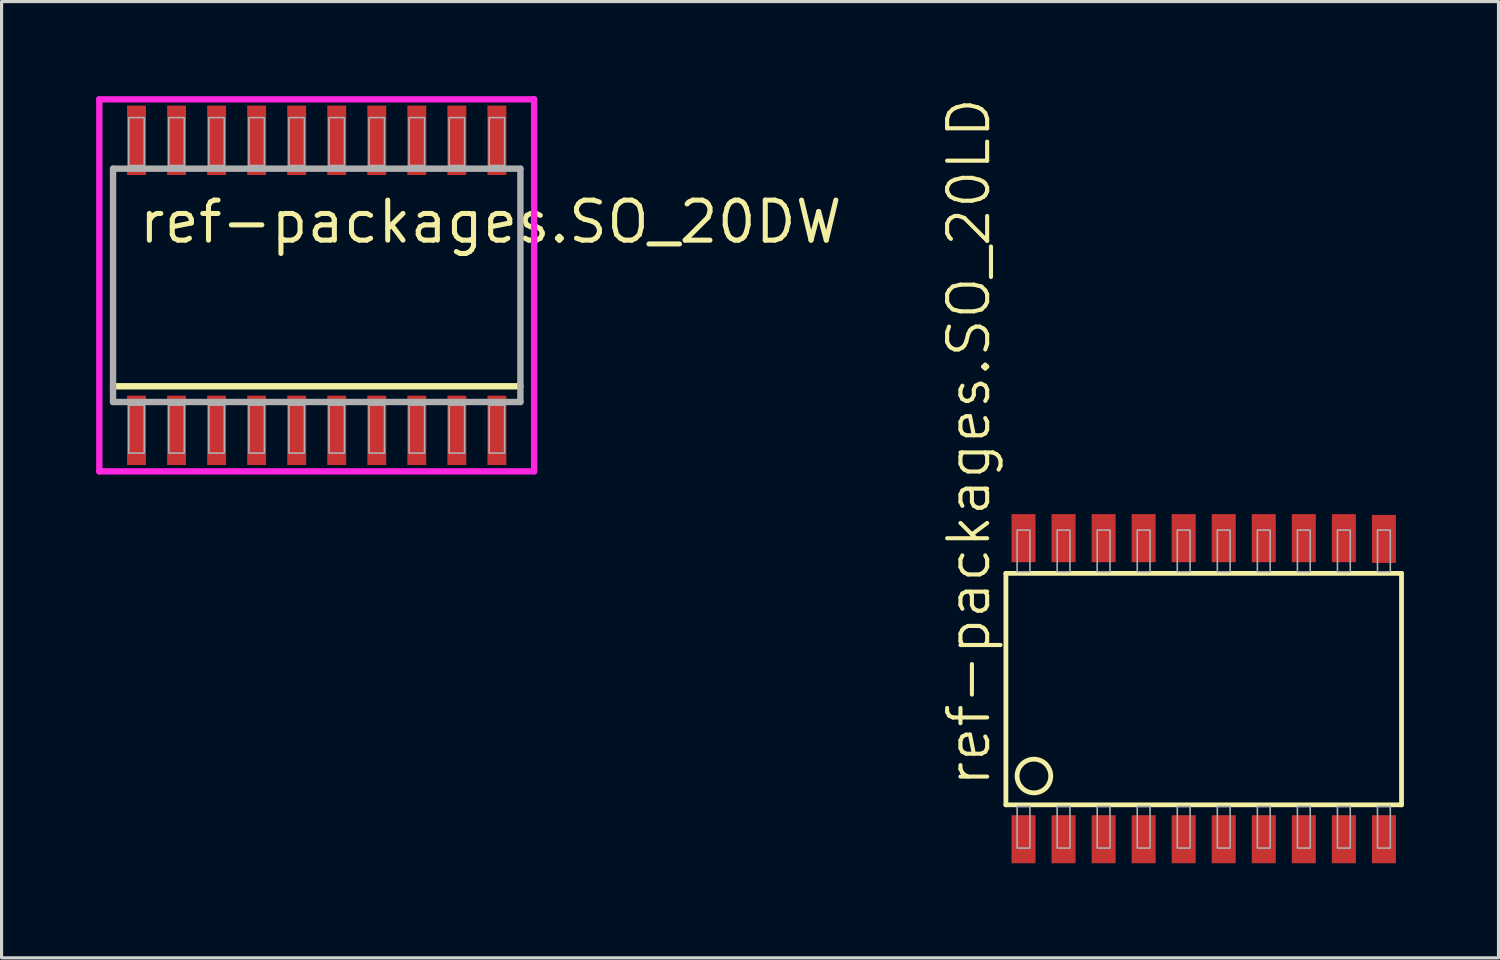
<source format=kicad_pcb>
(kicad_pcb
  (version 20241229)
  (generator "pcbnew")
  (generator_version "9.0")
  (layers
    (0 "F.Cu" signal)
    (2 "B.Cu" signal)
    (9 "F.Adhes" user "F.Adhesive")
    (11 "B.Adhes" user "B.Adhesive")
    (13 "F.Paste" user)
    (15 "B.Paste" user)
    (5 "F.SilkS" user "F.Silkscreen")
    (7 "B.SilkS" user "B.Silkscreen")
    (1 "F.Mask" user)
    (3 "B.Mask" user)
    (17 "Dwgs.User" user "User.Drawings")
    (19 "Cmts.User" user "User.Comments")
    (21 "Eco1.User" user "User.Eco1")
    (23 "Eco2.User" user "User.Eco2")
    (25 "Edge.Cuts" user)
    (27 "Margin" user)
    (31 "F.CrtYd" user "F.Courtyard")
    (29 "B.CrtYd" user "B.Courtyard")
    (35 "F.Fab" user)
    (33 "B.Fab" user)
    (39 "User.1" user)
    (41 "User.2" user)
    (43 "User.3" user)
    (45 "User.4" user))
  (footprint "ref-packages.SO_20LD"
    (layer "F.Cu")
    (at 35.127 18.793)
    (property "Reference" "ref-packages.SO_20LD" (at -6.706 3.175 90) (layer "F.SilkS") (effects (font (size 1.27 1.27) (thickness 0.13)) (justify left bottom)))
    (attr smd)
    (fp_line (start -6.274 -3.658) (end -6.274 3.683) (stroke (width 0.152) (type default)) (layer "F.SilkS"))
    (fp_line (start -6.274 3.683) (end 6.274 3.683) (stroke (width 0.152) (type default)) (layer "F.SilkS"))
    (fp_line (start 6.274 -3.658) (end -6.274 -3.658) (stroke (width 0.152) (type default)) (layer "F.SilkS"))
    (fp_line (start 6.274 3.683) (end 6.274 -3.658) (stroke (width 0.152) (type default)) (layer "F.SilkS"))
    (fp_circle (center -5.385 2.769) (end -4.851 2.769) (stroke (width 0.152) (type default)) (fill no) (layer "F.SilkS"))
    (fp_rect (start -5.918 -3.708) (end -5.512 -5.029) (stroke (width 0.05) (type default)) (fill no) (layer "F.Fab"))
    (fp_rect (start -5.918 5.055) (end -5.512 3.734) (stroke (width 0.05) (type default)) (fill no) (layer "F.Fab"))
    (fp_rect (start -4.648 -3.708) (end -4.242 -5.029) (stroke (width 0.05) (type default)) (fill no) (layer "F.Fab"))
    (fp_rect (start -4.648 5.055) (end -4.242 3.734) (stroke (width 0.05) (type default)) (fill no) (layer "F.Fab"))
    (fp_rect (start -3.378 -3.708) (end -2.972 -5.029) (stroke (width 0.05) (type default)) (fill no) (layer "F.Fab"))
    (fp_rect (start -3.378 5.055) (end -2.972 3.734) (stroke (width 0.05) (type default)) (fill no) (layer "F.Fab"))
    (fp_rect (start -2.108 -3.708) (end -1.702 -5.029) (stroke (width 0.05) (type default)) (fill no) (layer "F.Fab"))
    (fp_rect (start -2.108 5.055) (end -1.702 3.734) (stroke (width 0.05) (type default)) (fill no) (layer "F.Fab"))
    (fp_rect (start -0.838 -3.708) (end -0.432 -5.029) (stroke (width 0.05) (type default)) (fill no) (layer "F.Fab"))
    (fp_rect (start -0.838 5.055) (end -0.432 3.734) (stroke (width 0.05) (type default)) (fill no) (layer "F.Fab"))
    (fp_rect (start 0.432 -3.708) (end 0.838 -5.029) (stroke (width 0.05) (type default)) (fill no) (layer "F.Fab"))
    (fp_rect (start 0.432 5.055) (end 0.838 3.734) (stroke (width 0.05) (type default)) (fill no) (layer "F.Fab"))
    (fp_rect (start 1.702 -3.708) (end 2.108 -5.029) (stroke (width 0.05) (type default)) (fill no) (layer "F.Fab"))
    (fp_rect (start 1.702 5.055) (end 2.108 3.734) (stroke (width 0.05) (type default)) (fill no) (layer "F.Fab"))
    (fp_rect (start 2.972 -3.708) (end 3.378 -5.029) (stroke (width 0.05) (type default)) (fill no) (layer "F.Fab"))
    (fp_rect (start 2.972 5.055) (end 3.378 3.734) (stroke (width 0.05) (type default)) (fill no) (layer "F.Fab"))
    (fp_rect (start 4.242 -3.708) (end 4.648 -5.029) (stroke (width 0.05) (type default)) (fill no) (layer "F.Fab"))
    (fp_rect (start 4.242 5.055) (end 4.648 3.734) (stroke (width 0.05) (type default)) (fill no) (layer "F.Fab"))
    (fp_rect (start 5.512 -3.708) (end 5.918 -5.029) (stroke (width 0.05) (type default)) (fill no) (layer "F.Fab"))
    (fp_rect (start 5.512 5.055) (end 5.918 3.734) (stroke (width 0.05) (type default)) (fill no) (layer "F.Fab"))
    (pad "1" smd roundrect (at -5.715 4.775) (size 0.762 1.524) (layers "F.Cu" "F.Mask" "F.Paste") (roundrect_rratio 0.01))
    (pad "2" smd roundrect (at -4.445 4.775) (size 0.762 1.524) (layers "F.Cu" "F.Mask" "F.Paste") (roundrect_rratio 0.01))
    (pad "3" smd roundrect (at -3.175 4.775) (size 0.762 1.524) (layers "F.Cu" "F.Mask" "F.Paste") (roundrect_rratio 0.01))
    (pad "4" smd roundrect (at -1.905 4.775) (size 0.762 1.524) (layers "F.Cu" "F.Mask" "F.Paste") (roundrect_rratio 0.01))
    (pad "5" smd roundrect (at -0.635 4.775) (size 0.762 1.524) (layers "F.Cu" "F.Mask" "F.Paste") (roundrect_rratio 0.01))
    (pad "6" smd roundrect (at 0.635 4.775) (size 0.762 1.524) (layers "F.Cu" "F.Mask" "F.Paste") (roundrect_rratio 0.01))
    (pad "7" smd roundrect (at 1.905 4.775) (size 0.762 1.524) (layers "F.Cu" "F.Mask" "F.Paste") (roundrect_rratio 0.01))
    (pad "8" smd roundrect (at 3.175 4.775) (size 0.762 1.524) (layers "F.Cu" "F.Mask" "F.Paste") (roundrect_rratio 0.01))
    (pad "9" smd roundrect (at 4.445 4.775) (size 0.762 1.524) (layers "F.Cu" "F.Mask" "F.Paste") (roundrect_rratio 0.01))
    (pad "10" smd roundrect (at 5.715 4.775) (size 0.762 1.524) (layers "F.Cu" "F.Mask" "F.Paste") (roundrect_rratio 0.01))
    (pad "11" smd roundrect (at 5.715 -4.75) (size 0.762 1.524) (layers "F.Cu" "F.Mask" "F.Paste") (roundrect_rratio 0.01))
    (pad "12" smd roundrect (at 4.445 -4.775) (size 0.762 1.524) (layers "F.Cu" "F.Mask" "F.Paste") (roundrect_rratio 0.01))
    (pad "13" smd roundrect (at 3.175 -4.775) (size 0.762 1.524) (layers "F.Cu" "F.Mask" "F.Paste") (roundrect_rratio 0.01))
    (pad "14" smd roundrect (at 1.905 -4.775) (size 0.762 1.524) (layers "F.Cu" "F.Mask" "F.Paste") (roundrect_rratio 0.01))
    (pad "15" smd roundrect (at 0.635 -4.775) (size 0.762 1.524) (layers "F.Cu" "F.Mask" "F.Paste") (roundrect_rratio 0.01))
    (pad "16" smd roundrect (at -0.635 -4.775) (size 0.762 1.524) (layers "F.Cu" "F.Mask" "F.Paste") (roundrect_rratio 0.01))
    (pad "17" smd roundrect (at -1.905 -4.775) (size 0.762 1.524) (layers "F.Cu" "F.Mask" "F.Paste") (roundrect_rratio 0.01))
    (pad "18" smd roundrect (at -3.175 -4.775) (size 0.762 1.524) (layers "F.Cu" "F.Mask" "F.Paste") (roundrect_rratio 0.01))
    (pad "19" smd roundrect (at -4.445 -4.775) (size 0.762 1.524) (layers "F.Cu" "F.Mask" "F.Paste") (roundrect_rratio 0.01))
    (pad "20" smd roundrect (at -5.715 -4.775) (size 0.762 1.524) (layers "F.Cu" "F.Mask" "F.Paste") (roundrect_rratio 0.01)))
  (footprint "ref-packages.SO_20DW"
    (layer "F.Cu")
    (at 6.995 6)
    (property "Reference" "ref-packages.SO_20DW" (at -5.715 -1.27 0) (layer "F.SilkS") (effects (font (size 1.27 1.27) (thickness 0.16)) (justify left bottom)))
    (attr smd)
    (fp_line (start 6.46 3.2) (end -6.46 3.2) (stroke (width 0.203) (type default)) (layer "F.SilkS"))
    (fp_line (start -6.895 -5.9) (end 6.895 -5.9) (stroke (width 0.2) (type default)) (layer "F.CrtYd"))
    (fp_line (start -6.895 5.9) (end -6.895 -5.9) (stroke (width 0.2) (type default)) (layer "F.CrtYd"))
    (fp_line (start 6.895 -5.9) (end 6.895 5.9) (stroke (width 0.2) (type default)) (layer "F.CrtYd"))
    (fp_line (start 6.895 5.9) (end -6.895 5.9) (stroke (width 0.2) (type default)) (layer "F.CrtYd"))
    (fp_line (start -6.46 -3.7) (end 6.46 -3.7) (stroke (width 0.203) (type default)) (layer "F.Fab"))
    (fp_line (start -6.46 3.7) (end -6.46 -3.7) (stroke (width 0.203) (type default)) (layer "F.Fab"))
    (fp_line (start 6.46 -3.7) (end 6.46 3.7) (stroke (width 0.203) (type default)) (layer "F.Fab"))
    (fp_line (start 6.46 3.7) (end -6.46 3.7) (stroke (width 0.203) (type default)) (layer "F.Fab"))
    (fp_rect (start -5.96 -3.8) (end -5.47 -5.32) (stroke (width 0.05) (type default)) (fill no) (layer "F.Fab"))
    (fp_rect (start -5.96 5.32) (end -5.47 3.8) (stroke (width 0.05) (type default)) (fill no) (layer "F.Fab"))
    (fp_rect (start -4.69 -3.8) (end -4.2 -5.32) (stroke (width 0.05) (type default)) (fill no) (layer "F.Fab"))
    (fp_rect (start -4.69 5.32) (end -4.2 3.8) (stroke (width 0.05) (type default)) (fill no) (layer "F.Fab"))
    (fp_rect (start -3.42 -3.8) (end -2.93 -5.32) (stroke (width 0.05) (type default)) (fill no) (layer "F.Fab"))
    (fp_rect (start -3.42 5.32) (end -2.93 3.8) (stroke (width 0.05) (type default)) (fill no) (layer "F.Fab"))
    (fp_rect (start -2.15 -3.8) (end -1.66 -5.32) (stroke (width 0.05) (type default)) (fill no) (layer "F.Fab"))
    (fp_rect (start -2.15 5.32) (end -1.66 3.8) (stroke (width 0.05) (type default)) (fill no) (layer "F.Fab"))
    (fp_rect (start -0.88 -3.8) (end -0.39 -5.32) (stroke (width 0.05) (type default)) (fill no) (layer "F.Fab"))
    (fp_rect (start -0.88 5.32) (end -0.39 3.8) (stroke (width 0.05) (type default)) (fill no) (layer "F.Fab"))
    (fp_rect (start 0.39 -3.8) (end 0.88 -5.32) (stroke (width 0.05) (type default)) (fill no) (layer "F.Fab"))
    (fp_rect (start 0.39 5.32) (end 0.88 3.8) (stroke (width 0.05) (type default)) (fill no) (layer "F.Fab"))
    (fp_rect (start 1.66 -3.8) (end 2.15 -5.32) (stroke (width 0.05) (type default)) (fill no) (layer "F.Fab"))
    (fp_rect (start 1.66 5.32) (end 2.15 3.8) (stroke (width 0.05) (type default)) (fill no) (layer "F.Fab"))
    (fp_rect (start 2.93 -3.8) (end 3.42 -5.32) (stroke (width 0.05) (type default)) (fill no) (layer "F.Fab"))
    (fp_rect (start 2.93 5.32) (end 3.42 3.8) (stroke (width 0.05) (type default)) (fill no) (layer "F.Fab"))
    (fp_rect (start 4.2 -3.8) (end 4.69 -5.32) (stroke (width 0.05) (type default)) (fill no) (layer "F.Fab"))
    (fp_rect (start 4.2 5.32) (end 4.69 3.8) (stroke (width 0.05) (type default)) (fill no) (layer "F.Fab"))
    (fp_rect (start 5.47 -3.8) (end 5.96 -5.32) (stroke (width 0.05) (type default)) (fill no) (layer "F.Fab"))
    (fp_rect (start 5.47 5.32) (end 5.96 3.8) (stroke (width 0.05) (type default)) (fill no) (layer "F.Fab"))
    (pad "1" smd roundrect (at -5.715 4.6) (size 0.6 2.2) (layers "F.Cu" "F.Mask" "F.Paste") (roundrect_rratio 0.01))
    (pad "2" smd roundrect (at -4.445 4.6) (size 0.6 2.2) (layers "F.Cu" "F.Mask" "F.Paste") (roundrect_rratio 0.01))
    (pad "3" smd roundrect (at -3.175 4.6) (size 0.6 2.2) (layers "F.Cu" "F.Mask" "F.Paste") (roundrect_rratio 0.01))
    (pad "4" smd roundrect (at -1.905 4.6) (size 0.6 2.2) (layers "F.Cu" "F.Mask" "F.Paste") (roundrect_rratio 0.01))
    (pad "5" smd roundrect (at -0.635 4.6) (size 0.6 2.2) (layers "F.Cu" "F.Mask" "F.Paste") (roundrect_rratio 0.01))
    (pad "6" smd roundrect (at 0.635 4.6) (size 0.6 2.2) (layers "F.Cu" "F.Mask" "F.Paste") (roundrect_rratio 0.01))
    (pad "7" smd roundrect (at 1.905 4.6) (size 0.6 2.2) (layers "F.Cu" "F.Mask" "F.Paste") (roundrect_rratio 0.01))
    (pad "8" smd roundrect (at 3.175 4.6) (size 0.6 2.2) (layers "F.Cu" "F.Mask" "F.Paste") (roundrect_rratio 0.01))
    (pad "9" smd roundrect (at 4.445 4.6) (size 0.6 2.2) (layers "F.Cu" "F.Mask" "F.Paste") (roundrect_rratio 0.01))
    (pad "10" smd roundrect (at 5.715 4.6) (size 0.6 2.2) (layers "F.Cu" "F.Mask" "F.Paste") (roundrect_rratio 0.01))
    (pad "11" smd roundrect (at 5.715 -4.6) (size 0.6 2.2) (layers "F.Cu" "F.Mask" "F.Paste") (roundrect_rratio 0.01))
    (pad "12" smd roundrect (at 4.445 -4.6) (size 0.6 2.2) (layers "F.Cu" "F.Mask" "F.Paste") (roundrect_rratio 0.01))
    (pad "13" smd roundrect (at 3.175 -4.6) (size 0.6 2.2) (layers "F.Cu" "F.Mask" "F.Paste") (roundrect_rratio 0.01))
    (pad "14" smd roundrect (at 1.905 -4.6) (size 0.6 2.2) (layers "F.Cu" "F.Mask" "F.Paste") (roundrect_rratio 0.01))
    (pad "15" smd roundrect (at 0.635 -4.6) (size 0.6 2.2) (layers "F.Cu" "F.Mask" "F.Paste") (roundrect_rratio 0.01))
    (pad "16" smd roundrect (at -0.635 -4.6) (size 0.6 2.2) (layers "F.Cu" "F.Mask" "F.Paste") (roundrect_rratio 0.01))
    (pad "17" smd roundrect (at -1.905 -4.6) (size 0.6 2.2) (layers "F.Cu" "F.Mask" "F.Paste") (roundrect_rratio 0.01))
    (pad "18" smd roundrect (at -3.175 -4.6) (size 0.6 2.2) (layers "F.Cu" "F.Mask" "F.Paste") (roundrect_rratio 0.01))
    (pad "19" smd roundrect (at -4.445 -4.6) (size 0.6 2.2) (layers "F.Cu" "F.Mask" "F.Paste") (roundrect_rratio 0.01))
    (pad "20" smd roundrect (at -5.715 -4.6) (size 0.6 2.2) (layers "F.Cu" "F.Mask" "F.Paste") (roundrect_rratio 0.01)))
  (gr_rect
    (start -3 -3)
    (end 44.477 27.33)
    (stroke (width 0.1) (type default))
    (fill no)
    (layer "Edge.Cuts")))
</source>
